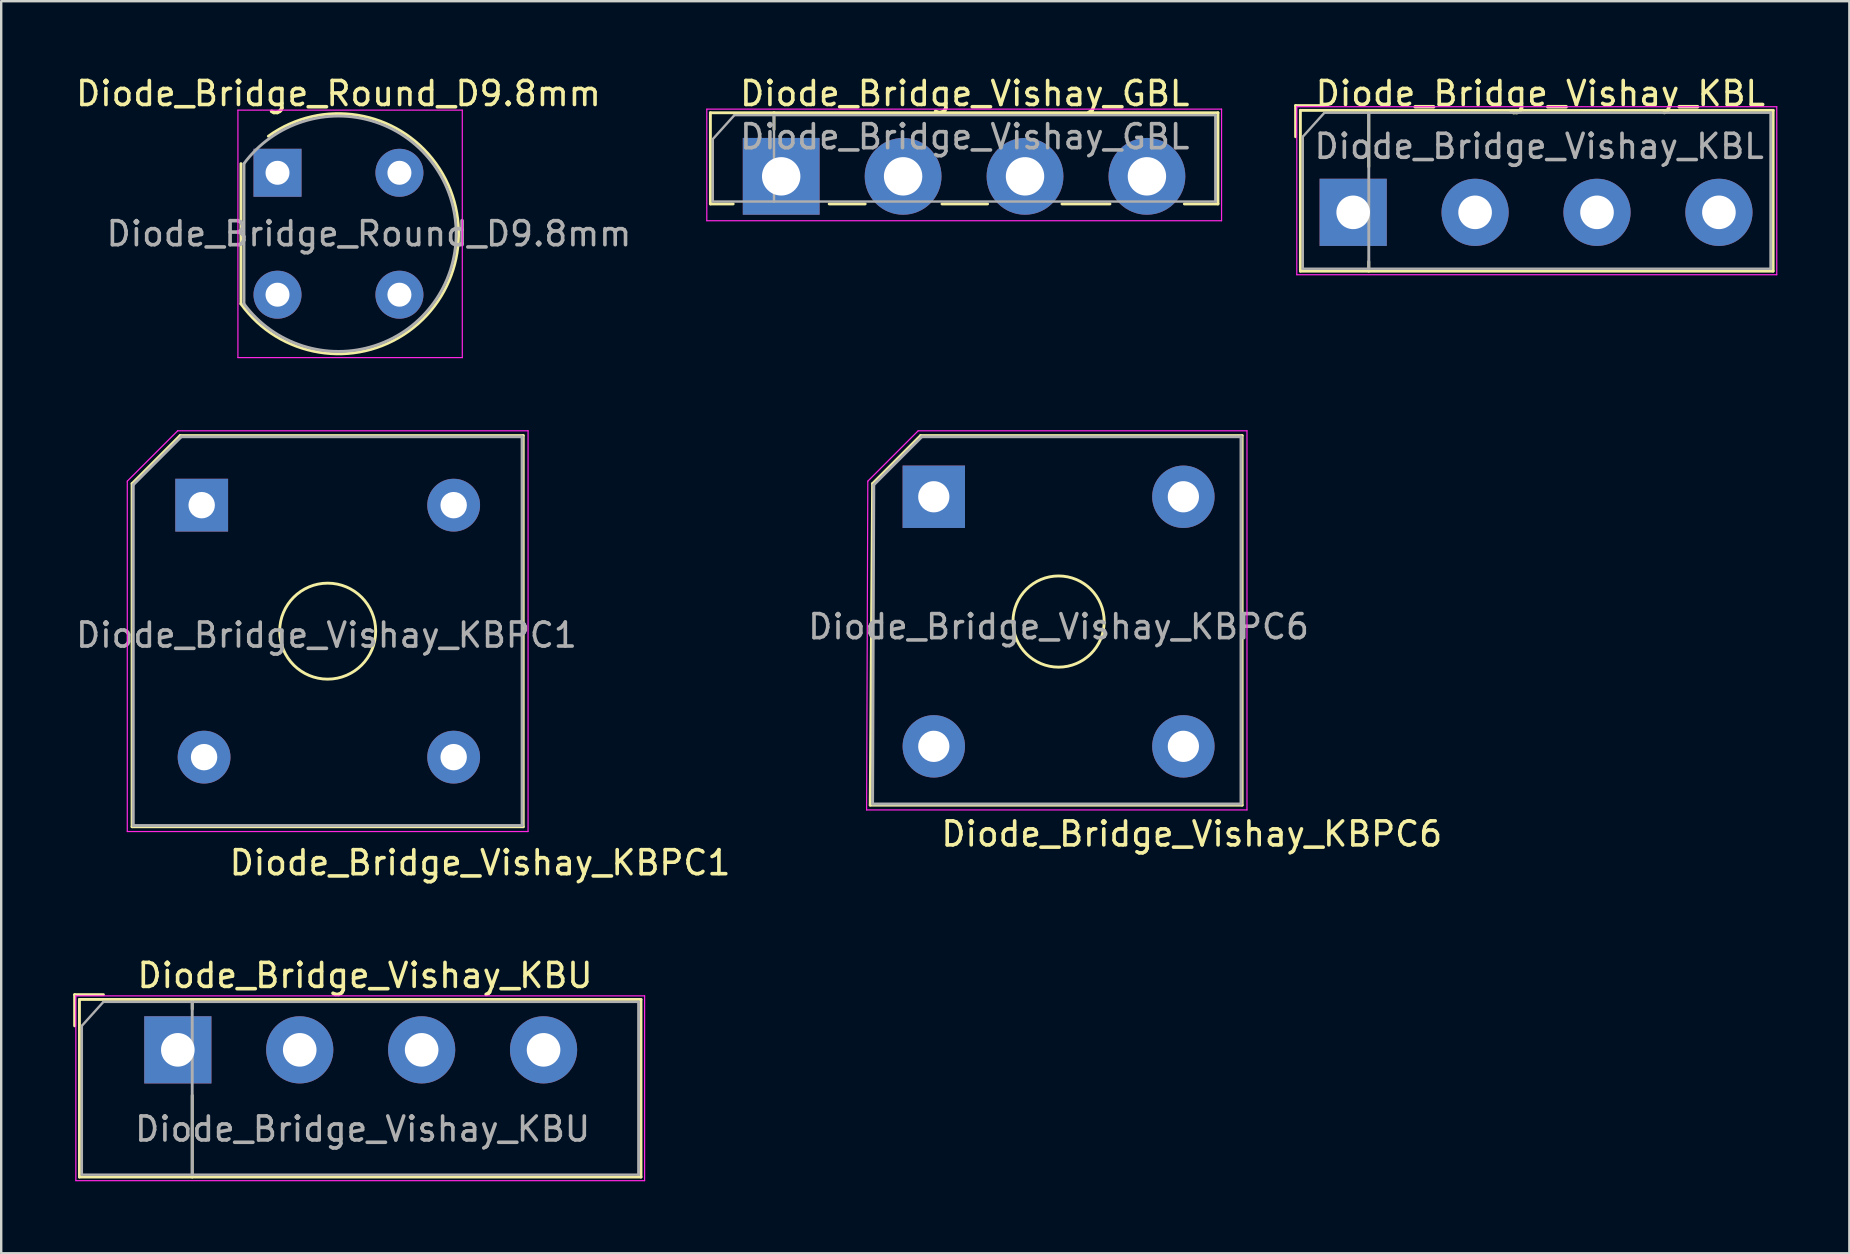
<source format=kicad_pcb>
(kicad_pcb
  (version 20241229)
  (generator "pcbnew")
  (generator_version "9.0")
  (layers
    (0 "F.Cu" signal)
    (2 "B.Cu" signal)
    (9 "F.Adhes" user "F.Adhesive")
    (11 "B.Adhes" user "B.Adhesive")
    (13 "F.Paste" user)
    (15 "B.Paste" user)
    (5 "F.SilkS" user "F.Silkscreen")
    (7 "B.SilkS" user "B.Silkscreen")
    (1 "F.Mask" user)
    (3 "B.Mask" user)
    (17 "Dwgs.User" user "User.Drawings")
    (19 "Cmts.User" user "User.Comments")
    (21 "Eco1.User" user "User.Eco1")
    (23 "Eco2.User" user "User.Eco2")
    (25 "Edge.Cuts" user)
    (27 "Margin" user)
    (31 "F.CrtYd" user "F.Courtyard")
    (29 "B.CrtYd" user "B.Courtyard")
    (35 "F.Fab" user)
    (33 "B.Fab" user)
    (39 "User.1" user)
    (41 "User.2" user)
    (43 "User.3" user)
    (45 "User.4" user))
  (footprint "Diode_Bridge_Round_D9.8mm"
    (layer "F.Cu")
    (at 8.514 4.15)
    (property "Reference" "Diode_Bridge_Round_D9.8mm" (at 2.54 -3.302 0) (layer "F.SilkS") (effects (font (size 1 1) (thickness 0.15))))
    (attr through_hole)
    (fp_line (start -1.524 -0.381) (end -1.524 5.461) (stroke (width 0.12) (type solid)) (layer "F.SilkS"))
    (fp_arc (start -0.381 -1.524) (mid 7.479141 3.348223) (end -1.524 5.461) (stroke (width 0.12) (type solid)) (layer "F.SilkS"))
    (fp_line (start -1.65 -2.61) (end -1.65 7.7) (stroke (width 0.05) (type solid)) (layer "F.CrtYd"))
    (fp_line (start -1.65 -2.61) (end 7.7 -2.61) (stroke (width 0.05) (type solid)) (layer "F.CrtYd"))
    (fp_line (start 7.7 7.7) (end -1.65 7.7) (stroke (width 0.05) (type solid)) (layer "F.CrtYd"))
    (fp_line (start 7.7 7.7) (end 7.7 -2.61) (stroke (width 0.05) (type solid)) (layer "F.CrtYd"))
    (fp_line (start -1.397 5.461) (end -1.397 -0.381) (stroke (width 0.12) (type solid)) (layer "F.Fab"))
    (fp_arc (start -1.4 -0.38) (mid 7.444079 2.54366) (end -1.404354 5.454115) (stroke (width 0.12) (type solid)) (layer "F.Fab"))
    (fp_text user "${REFERENCE}" (at 3.81 2.54 0) (layer "F.Fab") (effects (font (size 1 1) (thickness 0.15))))
    (pad "1" thru_hole rect (at 0 0) (size 2 2) (drill 1) (layers "*.Cu" "*.Mask"))
    (pad "2" thru_hole oval (at 0 5.08) (size 2 2) (drill 1) (layers "*.Cu" "*.Mask"))
    (pad "3" thru_hole oval (at 5.08 5.08) (size 2 2) (drill 1) (layers "*.Cu" "*.Mask"))
    (pad "4" thru_hole oval (at 5.08 0) (size 2 2) (drill 1) (layers "*.Cu" "*.Mask")))
  (footprint "Diode_Bridge_Vishay_KBPC6"
    (layer "F.Cu")
    (at 35.861 17.65)
    (property "Reference" "Diode_Bridge_Vishay_KBPC6" (at 10.75 14.05 180) (layer "F.SilkS") (effects (font (size 1 1) (thickness 0.15))))
    (attr through_hole)
    (fp_line (start -2.65 12.85) (end 12.85 12.85) (stroke (width 0.12) (type solid)) (layer "F.SilkS"))
    (fp_line (start -2.55 -0.55) (end -2.65 12.85) (stroke (width 0.12) (type solid)) (layer "F.SilkS"))
    (fp_line (start -0.55 -2.55) (end -2.55 -0.55) (stroke (width 0.12) (type solid)) (layer "F.SilkS"))
    (fp_line (start 12.85 -2.55) (end -0.55 -2.55) (stroke (width 0.12) (type solid)) (layer "F.SilkS"))
    (fp_line (start 12.85 12.85) (end 12.85 -2.55) (stroke (width 0.12) (type solid)) (layer "F.SilkS"))
    (fp_circle (center 5.2 5.2) (end 5.2 7.1) (stroke (width 0.12) (type solid)) (fill no) (layer "F.SilkS"))
    (fp_line (start -2.8 13.05) (end -2.75 -0.65) (stroke (width 0.05) (type solid)) (layer "F.CrtYd"))
    (fp_line (start -2.75 -0.65) (end -0.65 -2.75) (stroke (width 0.05) (type solid)) (layer "F.CrtYd"))
    (fp_line (start -0.65 -2.75) (end 13.05 -2.75) (stroke (width 0.05) (type solid)) (layer "F.CrtYd"))
    (fp_line (start 13.05 -2.75) (end 13.05 13.05) (stroke (width 0.05) (type solid)) (layer "F.CrtYd"))
    (fp_line (start 13.05 13.05) (end -2.8 13.05) (stroke (width 0.05) (type solid)) (layer "F.CrtYd"))
    (fp_line (start -2.55 12.8) (end -2.5 -0.5) (stroke (width 0.12) (type solid)) (layer "F.Fab"))
    (fp_line (start -2.5 -0.5) (end -0.5 -2.5) (stroke (width 0.12) (type solid)) (layer "F.Fab"))
    (fp_line (start -0.5 -2.5) (end 12.8 -2.5) (stroke (width 0.12) (type solid)) (layer "F.Fab"))
    (fp_line (start 12.8 -2.5) (end 12.8 12.8) (stroke (width 0.12) (type solid)) (layer "F.Fab"))
    (fp_line (start 12.8 12.8) (end -2.55 12.8) (stroke (width 0.12) (type solid)) (layer "F.Fab"))
    (fp_text user "${REFERENCE}" (at 5.2 5.415 180) (layer "F.Fab") (effects (font (size 1 1) (thickness 0.15))))
    (pad "1" thru_hole rect (at 0 0) (size 2.6 2.6) (drill 1.3) (layers "*.Cu" "*.Mask"))
    (pad "2" thru_hole circle (at 0 10.4) (size 2.6 2.6) (drill 1.3) (layers "*.Cu" "*.Mask"))
    (pad "3" thru_hole circle (at 10.4 10.4) (size 2.6 2.6) (drill 1.3) (layers "*.Cu" "*.Mask"))
    (pad "4" thru_hole circle (at 10.4 0) (size 2.6 2.6) (drill 1.3) (layers "*.Cu" "*.Mask")))
  (footprint "Diode_Bridge_Vishay_KBU"
    (layer "F.Cu")
    (at 4.36 40.697)
    (property "Reference" "Diode_Bridge_Vishay_KBU" (at 7.8 -3.1 0) (layer "F.SilkS") (effects (font (size 1 1) (thickness 0.15))))
    (attr through_hole)
    (fp_line (start -4.3 -2.3) (end -3.1 -2.3) (stroke (width 0.12) (type solid)) (layer "F.SilkS"))
    (fp_line (start -4.3 -1) (end -4.3 -2.3) (stroke (width 0.12) (type solid)) (layer "F.SilkS"))
    (fp_line (start -4.1 -2.1) (end -4.1 5.3) (stroke (width 0.12) (type solid)) (layer "F.SilkS"))
    (fp_line (start -4.1 5.3) (end 19.3 5.3) (stroke (width 0.12) (type solid)) (layer "F.SilkS"))
    (fp_line (start 0.6 -1.7) (end 0.6 -2.1) (stroke (width 0.12) (type solid)) (layer "F.SilkS"))
    (fp_line (start 0.6 1.9) (end 0.6 5.3) (stroke (width 0.12) (type solid)) (layer "F.SilkS"))
    (fp_line (start 19.3 -2.1) (end -4.1 -2.1) (stroke (width 0.12) (type solid)) (layer "F.SilkS"))
    (fp_line (start 19.3 5.3) (end 19.3 -2.1) (stroke (width 0.12) (type solid)) (layer "F.SilkS"))
    (fp_line (start -4.25 -2.25) (end -4.25 5.45) (stroke (width 0.05) (type solid)) (layer "F.CrtYd"))
    (fp_line (start -4.25 -2.25) (end 19.45 -2.25) (stroke (width 0.05) (type solid)) (layer "F.CrtYd"))
    (fp_line (start 19.45 5.45) (end -4.25 5.45) (stroke (width 0.05) (type solid)) (layer "F.CrtYd"))
    (fp_line (start 19.45 5.45) (end 19.45 -2.25) (stroke (width 0.05) (type solid)) (layer "F.CrtYd"))
    (fp_line (start -4 -1) (end -4 5.2) (stroke (width 0.1) (type solid)) (layer "F.Fab"))
    (fp_line (start -4 5.2) (end 19.2 5.2) (stroke (width 0.1) (type solid)) (layer "F.Fab"))
    (fp_line (start -3.1 -2) (end -4 -1) (stroke (width 0.1) (type solid)) (layer "F.Fab"))
    (fp_line (start 0.6 -2) (end 0.6 5.2) (stroke (width 0.12) (type solid)) (layer "F.Fab"))
    (fp_line (start 19.2 -2) (end -3.1 -2) (stroke (width 0.1) (type solid)) (layer "F.Fab"))
    (fp_line (start 19.2 5.2) (end 19.2 -2) (stroke (width 0.12) (type solid)) (layer "F.Fab"))
    (fp_text user "${REFERENCE}" (at 7.7 3.3 0) (layer "F.Fab") (effects (font (size 1 1) (thickness 0.15))))
    (pad "1" thru_hole rect (at 0 0) (size 2.8 2.8) (drill 1.4) (layers "*.Cu" "*.Mask"))
    (pad "2" thru_hole circle (at 5.08 0) (size 2.8 2.8) (drill 1.4) (layers "*.Cu" "*.Mask"))
    (pad "3" thru_hole circle (at 10.16 0) (size 2.8 2.8) (drill 1.4) (layers "*.Cu" "*.Mask"))
    (pad "4" thru_hole circle (at 15.24 0) (size 2.8 2.8) (drill 1.4) (layers "*.Cu" "*.Mask")))
  (footprint "Diode_Bridge_Vishay_KBL"
    (layer "F.Cu")
    (at 53.337 5.798)
    (property "Reference" "Diode_Bridge_Vishay_KBL" (at 7.8 -4.95 0) (layer "F.SilkS") (effects (font (size 1 1) (thickness 0.15))))
    (attr through_hole)
    (fp_line (start -2.4 -4.45) (end -1.2 -4.45) (stroke (width 0.12) (type solid)) (layer "F.SilkS"))
    (fp_line (start -2.4 -3.15) (end -2.4 -4.45) (stroke (width 0.12) (type solid)) (layer "F.SilkS"))
    (fp_line (start -2.2 -4.25) (end -2.2 2.45) (stroke (width 0.12) (type solid)) (layer "F.SilkS"))
    (fp_line (start -2.2 2.45) (end 17.5 2.45) (stroke (width 0.12) (type solid)) (layer "F.SilkS"))
    (fp_line (start 0.65 -1.9) (end 0.65 -4.25) (stroke (width 0.12) (type solid)) (layer "F.SilkS"))
    (fp_line (start 0.65 2.05) (end 0.65 2.45) (stroke (width 0.12) (type solid)) (layer "F.SilkS"))
    (fp_line (start 17.5 -4.25) (end -2.2 -4.25) (stroke (width 0.12) (type solid)) (layer "F.SilkS"))
    (fp_line (start 17.5 2.45) (end 17.5 -4.25) (stroke (width 0.12) (type solid)) (layer "F.SilkS"))
    (fp_line (start -2.35 -4.4) (end -2.35 2.6) (stroke (width 0.05) (type solid)) (layer "F.CrtYd"))
    (fp_line (start -2.35 -4.4) (end 17.65 -4.4) (stroke (width 0.05) (type solid)) (layer "F.CrtYd"))
    (fp_line (start 17.65 2.6) (end -2.35 2.6) (stroke (width 0.05) (type solid)) (layer "F.CrtYd"))
    (fp_line (start 17.65 2.6) (end 17.65 -4.4) (stroke (width 0.05) (type solid)) (layer "F.CrtYd"))
    (fp_line (start -2.1 -3.15) (end -2.1 2.35) (stroke (width 0.1) (type solid)) (layer "F.Fab"))
    (fp_line (start -2.1 2.35) (end 17.4 2.35) (stroke (width 0.1) (type solid)) (layer "F.Fab"))
    (fp_line (start -1.2 -4.15) (end -2.1 -3.15) (stroke (width 0.1) (type solid)) (layer "F.Fab"))
    (fp_line (start 0.65 -4.15) (end 0.65 2.35) (stroke (width 0.12) (type solid)) (layer "F.Fab"))
    (fp_line (start 17.4 -4.15) (end -1.2 -4.15) (stroke (width 0.1) (type solid)) (layer "F.Fab"))
    (fp_line (start 17.4 2.35) (end 17.4 -4.15) (stroke (width 0.12) (type solid)) (layer "F.Fab"))
    (fp_text user "${REFERENCE}" (at 7.75 -2.75 0) (layer "F.Fab") (effects (font (size 1 1) (thickness 0.15))))
    (pad "1" thru_hole rect (at 0 0) (size 2.8 2.8) (drill 1.4) (layers "*.Cu" "*.Mask"))
    (pad "2" thru_hole circle (at 5.08 0) (size 2.8 2.8) (drill 1.4) (layers "*.Cu" "*.Mask"))
    (pad "3" thru_hole circle (at 10.16 0) (size 2.8 2.8) (drill 1.4) (layers "*.Cu" "*.Mask"))
    (pad "4" thru_hole circle (at 15.24 0) (size 2.8 2.8) (drill 1.4) (layers "*.Cu" "*.Mask")))
  (footprint "Diode_Bridge_Vishay_GBL"
    (layer "F.Cu")
    (at 29.502 4.298)
    (property "Reference" "Diode_Bridge_Vishay_GBL" (at 7.65 -3.45 0) (layer "F.SilkS") (effects (font (size 1 1) (thickness 0.15))))
    (attr through_hole)
    (fp_line (start -2.95 -2.65) (end -2.95 1.15) (stroke (width 0.12) (type solid)) (layer "F.SilkS"))
    (fp_line (start -2.95 1.15) (end -2 1.15) (stroke (width 0.12) (type solid)) (layer "F.SilkS"))
    (fp_line (start -0.3 -2.65) (end -0.3 -1.95) (stroke (width 0.12) (type solid)) (layer "F.SilkS"))
    (fp_line (start 2 1.15) (end 3.5 1.15) (stroke (width 0.12) (type solid)) (layer "F.SilkS"))
    (fp_line (start 6.7 1.15) (end 8.6 1.15) (stroke (width 0.12) (type solid)) (layer "F.SilkS"))
    (fp_line (start 11.7 1.15) (end 13.7 1.15) (stroke (width 0.12) (type solid)) (layer "F.SilkS"))
    (fp_line (start 16.8 1.15) (end 18.2 1.15) (stroke (width 0.12) (type solid)) (layer "F.SilkS"))
    (fp_line (start 18.2 -2.65) (end -2.95 -2.65) (stroke (width 0.12) (type solid)) (layer "F.SilkS"))
    (fp_line (start 18.2 1.15) (end 18.2 -2.65) (stroke (width 0.12) (type solid)) (layer "F.SilkS"))
    (fp_line (start -3.1 1.85) (end -3.1 -2.8) (stroke (width 0.05) (type solid)) (layer "F.CrtYd"))
    (fp_line (start -3.1 1.85) (end 18.35 1.85) (stroke (width 0.05) (type solid)) (layer "F.CrtYd"))
    (fp_line (start 18.35 -2.8) (end -3.1 -2.8) (stroke (width 0.05) (type solid)) (layer "F.CrtYd"))
    (fp_line (start 18.35 -2.8) (end 18.35 1.85) (stroke (width 0.05) (type solid)) (layer "F.CrtYd"))
    (fp_line (start -2.85 -1.55) (end -2.85 1.05) (stroke (width 0.1) (type solid)) (layer "F.Fab"))
    (fp_line (start -2.85 1.05) (end 18.1 1.05) (stroke (width 0.1) (type solid)) (layer "F.Fab"))
    (fp_line (start -1.95 -2.55) (end -2.85 -1.55) (stroke (width 0.1) (type solid)) (layer "F.Fab"))
    (fp_line (start -0.3 -2.55) (end -0.3 1.05) (stroke (width 0.1) (type solid)) (layer "F.Fab"))
    (fp_line (start 18.1 -2.55) (end -1.95 -2.55) (stroke (width 0.1) (type solid)) (layer "F.Fab"))
    (fp_line (start 18.1 1.05) (end 18.1 -2.55) (stroke (width 0.12) (type solid)) (layer "F.Fab"))
    (fp_text user "${REFERENCE}" (at 7.65 -1.65 0) (layer "F.Fab") (effects (font (size 1 1) (thickness 0.15))))
    (pad "1" thru_hole rect (at 0 0 180) (size 3.2 3.2) (drill 1.6) (layers "*.Cu" "*.Mask"))
    (pad "2" thru_hole circle (at 5.08 0 180) (size 3.2 3.2) (drill 1.6) (layers "*.Cu" "*.Mask"))
    (pad "3" thru_hole circle (at 10.16 0 180) (size 3.2 3.2) (drill 1.6) (layers "*.Cu" "*.Mask"))
    (pad "4" thru_hole circle (at 15.24 0 180) (size 3.2 3.2) (drill 1.6) (layers "*.Cu" "*.Mask")))
  (footprint "Diode_Bridge_Vishay_KBPC1"
    (layer "F.Cu")
    (at 5.354 18)
    (property "Reference" "Diode_Bridge_Vishay_KBPC1" (at 11.6 14.9 180) (layer "F.SilkS") (effects (font (size 1 1) (thickness 0.15))))
    (attr through_hole)
    (fp_line (start -2.9 -0.9) (end -2.9 13.4) (stroke (width 0.12) (type solid)) (layer "F.SilkS"))
    (fp_line (start -2.9 13.4) (end 13.4 13.4) (stroke (width 0.12) (type solid)) (layer "F.SilkS"))
    (fp_line (start -0.9 -2.9) (end -2.9 -0.9) (stroke (width 0.12) (type solid)) (layer "F.SilkS"))
    (fp_line (start 13.4 -2.9) (end -0.9 -2.9) (stroke (width 0.12) (type solid)) (layer "F.SilkS"))
    (fp_line (start 13.4 13.4) (end 13.4 -2.9) (stroke (width 0.12) (type solid)) (layer "F.SilkS"))
    (fp_circle (center 5.25 5.25) (end 5.25 7.25) (stroke (width 0.12) (type solid)) (fill no) (layer "F.SilkS"))
    (fp_line (start -3.1 -1) (end -1 -3.1) (stroke (width 0.05) (type solid)) (layer "F.CrtYd"))
    (fp_line (start -3.1 13.6) (end -3.1 -1) (stroke (width 0.05) (type solid)) (layer "F.CrtYd"))
    (fp_line (start -1 -3.1) (end 13.6 -3.1) (stroke (width 0.05) (type solid)) (layer "F.CrtYd"))
    (fp_line (start 13.6 -3.1) (end 13.6 13.6) (stroke (width 0.05) (type solid)) (layer "F.CrtYd"))
    (fp_line (start 13.6 13.6) (end -3.1 13.6) (stroke (width 0.05) (type solid)) (layer "F.CrtYd"))
    (fp_line (start -2.85 -0.85) (end -0.85 -2.85) (stroke (width 0.12) (type solid)) (layer "F.Fab"))
    (fp_line (start -2.85 13.35) (end -2.85 -0.85) (stroke (width 0.12) (type solid)) (layer "F.Fab"))
    (fp_line (start -0.85 -2.85) (end 13.35 -2.85) (stroke (width 0.12) (type solid)) (layer "F.Fab"))
    (fp_line (start 13.35 -2.85) (end 13.35 13.35) (stroke (width 0.12) (type solid)) (layer "F.Fab"))
    (fp_line (start 13.35 13.35) (end -2.85 13.35) (stroke (width 0.12) (type solid)) (layer "F.Fab"))
    (fp_text user "${REFERENCE}" (at 5.2 5.415 180) (layer "F.Fab") (effects (font (size 1 1) (thickness 0.15))))
    (pad "1" thru_hole rect (at 0 0) (size 2.2 2.2) (drill 1.1) (layers "*.Cu" "*.Mask"))
    (pad "2" thru_hole circle (at 0.1 10.5) (size 2.2 2.2) (drill 1.1) (layers "*.Cu" "*.Mask"))
    (pad "3" thru_hole circle (at 10.5 10.5) (size 2.2 2.2) (drill 1.1) (layers "*.Cu" "*.Mask"))
    (pad "4" thru_hole circle (at 10.5 0) (size 2.2 2.2) (drill 1.1) (layers "*.Cu" "*.Mask")))
  (gr_rect
    (start -3 -3)
    (end 74.012 49.172)
    (stroke (width 0.1) (type default))
    (fill no)
    (layer "Edge.Cuts")))
</source>
